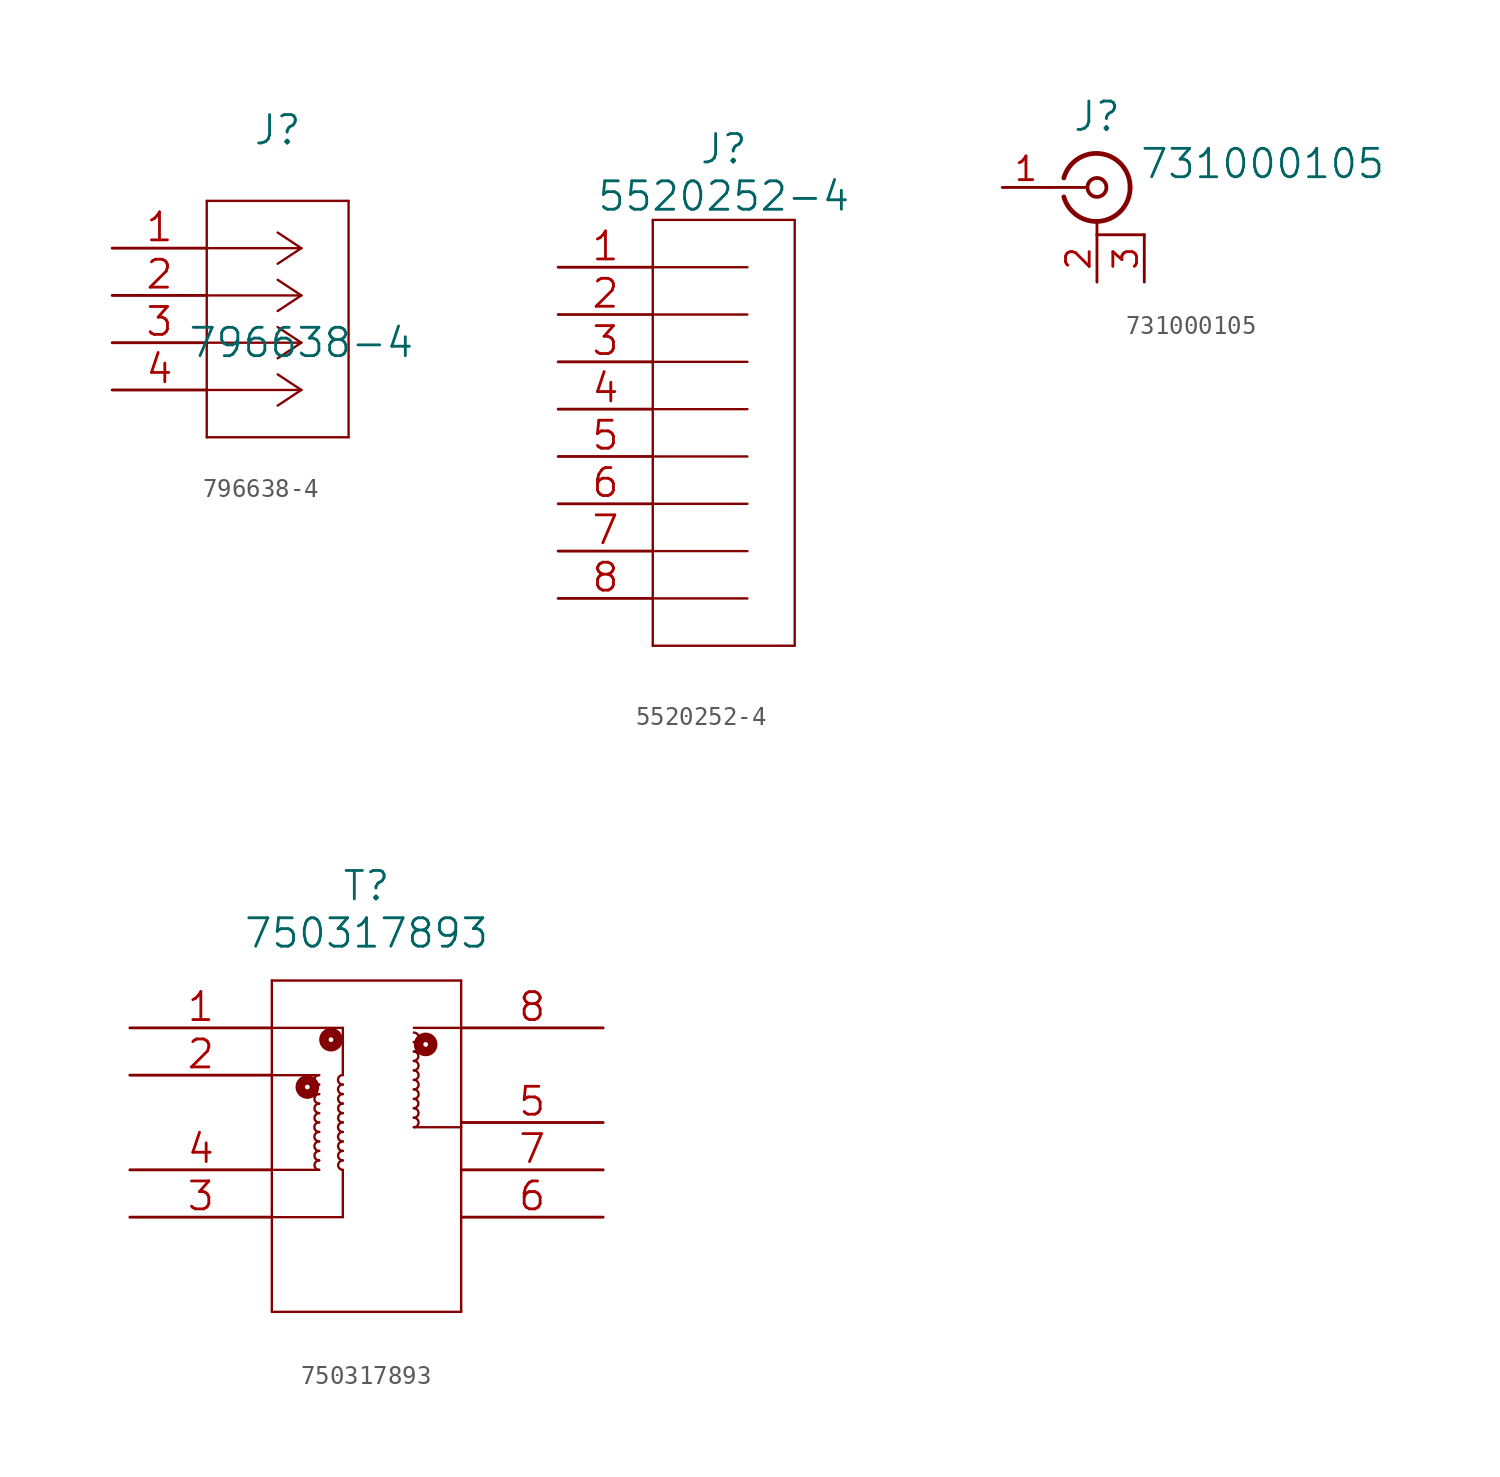
<source format=kicad_sym>
(kicad_symbol_lib
  (version 20231120)
  (generator "kicad_symbol_editor")
  (generator_version "8.0")
  (symbol "796638-4"
    (pin_names
      (offset 0.254) hide)
    (property "Reference" "J"
      (at 8.89 6.35 0)
      (effects (font (size 1.524 1.524))))
    (property "Value" "796638-4"
      (at 10.16 -5.08 0)
      (effects (font (size 1.524 1.524))))
    (property "Datasheet" ""
      (at 0 0 0)
      (effects (font (size 1.524 1.524))))
    (symbol "796638-4_1_1"
      (polyline (pts (xy 5.08 -10.16) (xy 12.7 -10.16)) (stroke (width 0.127) (type solid)) (fill (type none)))
      (polyline (pts (xy 5.08 2.54) (xy 5.08 -10.16)) (stroke (width 0.127) (type solid)) (fill (type none)))
      (polyline (pts (xy 10.16 -7.62) (xy 5.08 -7.62)) (stroke (width 0.127) (type solid)) (fill (type none)))
      (polyline (pts (xy 10.16 -7.62) (xy 8.89 -8.458)) (stroke (width 0.127) (type solid)) (fill (type none)))
      (polyline (pts (xy 10.16 -7.62) (xy 8.89 -6.782)) (stroke (width 0.127) (type solid)) (fill (type none)))
      (polyline (pts (xy 10.16 -5.08) (xy 5.08 -5.08)) (stroke (width 0.127) (type solid)) (fill (type none)))
      (polyline (pts (xy 10.16 -5.08) (xy 8.89 -5.918)) (stroke (width 0.127) (type solid)) (fill (type none)))
      (polyline (pts (xy 10.16 -5.08) (xy 8.89 -4.242)) (stroke (width 0.127) (type solid)) (fill (type none)))
      (polyline (pts (xy 10.16 -2.54) (xy 5.08 -2.54)) (stroke (width 0.127) (type solid)) (fill (type none)))
      (polyline (pts (xy 10.16 -2.54) (xy 8.89 -3.378)) (stroke (width 0.127) (type solid)) (fill (type none)))
      (polyline (pts (xy 10.16 -2.54) (xy 8.89 -1.702)) (stroke (width 0.127) (type solid)) (fill (type none)))
      (polyline (pts (xy 10.16 0) (xy 5.08 0)) (stroke (width 0.127) (type solid)) (fill (type none)))
      (polyline (pts (xy 10.16 0) (xy 8.89 -0.838)) (stroke (width 0.127) (type solid)) (fill (type none)))
      (polyline (pts (xy 10.16 0) (xy 8.89 0.838)) (stroke (width 0.127) (type solid)) (fill (type none)))
      (polyline (pts (xy 12.7 -10.16) (xy 12.7 2.54)) (stroke (width 0.127) (type solid)) (fill (type none)))
      (polyline (pts (xy 12.7 2.54) (xy 5.08 2.54)) (stroke (width 0.127) (type solid)) (fill (type none)))
      (pin unspecified line (at 0 0 0) (length 5.08) (name "1" (effects (font (size 1.499 1.499)))) (number "1" (effects (font (size 1.499 1.499)))))
      (pin unspecified line (at 0 -2.54 0) (length 5.08) (name "2" (effects (font (size 1.499 1.499)))) (number "2" (effects (font (size 1.499 1.499)))))
      (pin unspecified line (at 0 -5.08 0) (length 5.08) (name "3" (effects (font (size 1.499 1.499)))) (number "3" (effects (font (size 1.499 1.499)))))
      (pin unspecified line (at 0 -7.62 0) (length 5.08) (name "4" (effects (font (size 1.499 1.499)))) (number "4" (effects (font (size 1.499 1.499)))))))
  (symbol "5520252-4"
    (pin_names
      (offset 0.254) hide)
    (property "Reference" "J"
      (at 8.89 6.35 0)
      (effects (font (size 1.524 1.524))))
    (property "Value" "5520252-4"
      (at 8.89 3.81 0)
      (effects (font (size 1.524 1.524))))
    (property "Datasheet" ""
      (at 0 0 0)
      (effects (font (size 1.524 1.524))))
    (symbol "5520252-4_1_1"
      (polyline (pts (xy 5.08 -20.32) (xy 12.7 -20.32)) (stroke (width 0.127) (type default)) (fill (type none)))
      (polyline (pts (xy 5.08 2.54) (xy 5.08 -20.32)) (stroke (width 0.127) (type default)) (fill (type none)))
      (polyline (pts (xy 10.16 -17.78) (xy 5.08 -17.78)) (stroke (width 0.127) (type default)) (fill (type none)))
      (polyline (pts (xy 10.16 -15.24) (xy 5.08 -15.24)) (stroke (width 0.127) (type default)) (fill (type none)))
      (polyline (pts (xy 10.16 -12.7) (xy 5.08 -12.7)) (stroke (width 0.127) (type default)) (fill (type none)))
      (polyline (pts (xy 10.16 -10.16) (xy 5.08 -10.16)) (stroke (width 0.127) (type default)) (fill (type none)))
      (polyline (pts (xy 10.16 -7.62) (xy 5.08 -7.62)) (stroke (width 0.127) (type default)) (fill (type none)))
      (polyline (pts (xy 10.16 -5.08) (xy 5.08 -5.08)) (stroke (width 0.127) (type default)) (fill (type none)))
      (polyline (pts (xy 10.16 -2.54) (xy 5.08 -2.54)) (stroke (width 0.127) (type default)) (fill (type none)))
      (polyline (pts (xy 10.16 0) (xy 5.08 0)) (stroke (width 0.127) (type default)) (fill (type none)))
      (polyline (pts (xy 12.7 -20.32) (xy 12.7 2.54)) (stroke (width 0.127) (type default)) (fill (type none)))
      (polyline (pts (xy 12.7 2.54) (xy 5.08 2.54)) (stroke (width 0.127) (type default)) (fill (type none)))
      (pin unspecified line (at 0 0 0) (length 5.08) (name "1" (effects (font (size 1.499 1.499)))) (number "1" (effects (font (size 1.499 1.499)))))
      (pin unspecified line (at 0 -2.54 0) (length 5.08) (name "2" (effects (font (size 1.499 1.499)))) (number "2" (effects (font (size 1.499 1.499)))))
      (pin unspecified line (at 0 -5.08 0) (length 5.08) (name "3" (effects (font (size 1.499 1.499)))) (number "3" (effects (font (size 1.499 1.499)))))
      (pin unspecified line (at 0 -7.62 0) (length 5.08) (name "4" (effects (font (size 1.499 1.499)))) (number "4" (effects (font (size 1.499 1.499)))))
      (pin unspecified line (at 0 -10.16 0) (length 5.08) (name "5" (effects (font (size 1.499 1.499)))) (number "5" (effects (font (size 1.499 1.499)))))
      (pin unspecified line (at 0 -12.7 0) (length 5.08) (name "6" (effects (font (size 1.499 1.499)))) (number "6" (effects (font (size 1.499 1.499)))))
      (pin unspecified line (at 0 -15.24 0) (length 5.08) (name "7" (effects (font (size 1.499 1.499)))) (number "7" (effects (font (size 1.499 1.499)))))
      (pin unspecified line (at 0 -17.78 0) (length 5.08) (name "8" (effects (font (size 1.499 1.499)))) (number "8" (effects (font (size 1.499 1.499)))))))
  (symbol "731000105"
    (pin_names
      (offset 0.254) hide)
    (property "Reference" "J"
      (at 0 3.81 0)
      (effects (font (size 1.524 1.524))))
    (property "Value" "731000105"
      (at 8.89 1.27 0)
      (effects (font (size 1.524 1.524))))
    (property "Datasheet" ""
      (at 6.35 0 0)
      (effects (font (size 1.524 1.524))))
    (symbol "731000105_0_1"
      (arc (start -1.778 -0.508) (mid 0.2311 -1.8066) (end 1.778 0) (stroke (width 0.254) (type default)) (fill (type none)))
      (polyline (pts (xy -2.54 0) (xy -0.508 0)) (stroke (width 0) (type default)) (fill (type none)))
      (polyline (pts (xy 0 -2.54) (xy 0 -1.778)) (stroke (width 0) (type default)) (fill (type none)))
      (polyline (pts (xy 2.54 -2.54) (xy 0 -2.54)) (stroke (width 0) (type default)) (fill (type none)))
      (circle (center 0 0) (radius 0.508) (stroke (width 0.203) (type default)) (fill (type none)))
      (arc (start 1.778 0) (mid 0.2099 1.8101) (end -1.778 0.508) (stroke (width 0.254) (type default)) (fill (type none))))
    (symbol "731000105_1_1"
      (pin passive line (at -5.08 0 0) (length 2.54) (name "In" (effects (font (size 1.27 1.27)))) (number "1" (effects (font (size 1.27 1.27)))))
      (pin passive line (at 0 -5.08 90) (length 2.54) (name "Ext" (effects (font (size 1.27 1.27)))) (number "2" (effects (font (size 1.27 1.27)))))
      (pin passive line (at 2.54 -5.08 90) (length 2.54) (name "Ext" (effects (font (size 1.27 1.27)))) (number "3" (effects (font (size 1.27 1.27)))))))
  (symbol "750317893"
    (pin_names
      (offset 0.254) hide)
    (property "Reference" "T"
      (at 12.7 7.62 0)
      (effects (font (size 1.524 1.524))))
    (property "Value" "750317893"
      (at 12.7 5.08 0)
      (effects (font (size 1.524 1.524))))
    (property "Datasheet" ""
      (at 0 0 0)
      (effects (font (size 1.524 1.524))))
    (symbol "750317893_1_1"
      (polyline (pts (xy 7.62 -15.24) (xy 17.78 -15.24)) (stroke (width 0.127) (type solid)) (fill (type none)))
      (polyline (pts (xy 7.62 -2.54) (xy 10.16 -2.54)) (stroke (width 0.127) (type solid)) (fill (type none)))
      (polyline (pts (xy 7.62 0) (xy 11.43 0)) (stroke (width 0.127) (type solid)) (fill (type none)))
      (polyline (pts (xy 7.62 2.54) (xy 7.62 -15.24)) (stroke (width 0.127) (type solid)) (fill (type none)))
      (polyline (pts (xy 10.16 -7.62) (xy 7.62 -7.62)) (stroke (width 0.127) (type solid)) (fill (type none)))
      (polyline (pts (xy 11.43 -10.16) (xy 7.62 -10.16)) (stroke (width 0.127) (type solid)) (fill (type none)))
      (polyline (pts (xy 11.43 -10.16) (xy 11.43 -7.62)) (stroke (width 0.127) (type solid)) (fill (type none)))
      (polyline (pts (xy 11.43 -2.54) (xy 11.43 0)) (stroke (width 0.127) (type solid)) (fill (type none)))
      (polyline (pts (xy 15.24 0) (xy 17.78 0)) (stroke (width 0.127) (type solid)) (fill (type none)))
      (polyline (pts (xy 17.78 -15.24) (xy 17.78 2.54)) (stroke (width 0.127) (type solid)) (fill (type none)))
      (polyline (pts (xy 17.78 2.54) (xy 7.62 2.54)) (stroke (width 0.127) (type solid)) (fill (type none)))
      (polyline (pts (xy 17.781 -5.334) (xy 15.241 -5.334)) (stroke (width 0.127) (type solid)) (fill (type none)))
      (circle (center 9.525 -3.175) (radius 0.127) (stroke (width 0.508) (type solid)) (fill (type none)))
      (arc (start 10.16 -7.112) (mid 9.9071 -7.366) (end 10.16 -7.62) (stroke (width 0.127) (type solid)) (fill (type none)))
      (arc (start 10.16 -6.604) (mid 9.9071 -6.858) (end 10.16 -7.112) (stroke (width 0.127) (type solid)) (fill (type none)))
      (arc (start 10.16 -6.096) (mid 9.9071 -6.35) (end 10.16 -6.604) (stroke (width 0.127) (type solid)) (fill (type none)))
      (arc (start 10.16 -5.588) (mid 9.9071 -5.842) (end 10.16 -6.096) (stroke (width 0.127) (type solid)) (fill (type none)))
      (arc (start 10.16 -5.08) (mid 9.9071 -5.334) (end 10.16 -5.588) (stroke (width 0.127) (type solid)) (fill (type none)))
      (arc (start 10.16 -4.572) (mid 9.9071 -4.826) (end 10.16 -5.08) (stroke (width 0.127) (type solid)) (fill (type none)))
      (arc (start 10.16 -4.064) (mid 9.9071 -4.318) (end 10.16 -4.572) (stroke (width 0.127) (type solid)) (fill (type none)))
      (arc (start 10.16 -3.556) (mid 9.9071 -3.81) (end 10.16 -4.064) (stroke (width 0.127) (type solid)) (fill (type none)))
      (arc (start 10.16 -3.048) (mid 9.9071 -3.302) (end 10.16 -3.556) (stroke (width 0.127) (type solid)) (fill (type none)))
      (arc (start 10.16 -2.54) (mid 9.9071 -2.794) (end 10.16 -3.048) (stroke (width 0.127) (type solid)) (fill (type none)))
      (circle (center 10.795 -0.635) (radius 0.127) (stroke (width 0.508) (type solid)) (fill (type none)))
      (arc (start 11.43 -7.112) (mid 11.1771 -7.366) (end 11.43 -7.62) (stroke (width 0.127) (type solid)) (fill (type none)))
      (arc (start 11.43 -6.604) (mid 11.1771 -6.858) (end 11.43 -7.112) (stroke (width 0.127) (type solid)) (fill (type none)))
      (arc (start 11.43 -6.096) (mid 11.1771 -6.35) (end 11.43 -6.604) (stroke (width 0.127) (type solid)) (fill (type none)))
      (arc (start 11.43 -5.588) (mid 11.1771 -5.842) (end 11.43 -6.096) (stroke (width 0.127) (type solid)) (fill (type none)))
      (arc (start 11.43 -5.08) (mid 11.1771 -5.334) (end 11.43 -5.588) (stroke (width 0.127) (type solid)) (fill (type none)))
      (arc (start 11.43 -4.572) (mid 11.1771 -4.826) (end 11.43 -5.08) (stroke (width 0.127) (type solid)) (fill (type none)))
      (arc (start 11.43 -4.064) (mid 11.1771 -4.318) (end 11.43 -4.572) (stroke (width 0.127) (type solid)) (fill (type none)))
      (arc (start 11.43 -3.556) (mid 11.1771 -3.81) (end 11.43 -4.064) (stroke (width 0.127) (type solid)) (fill (type none)))
      (arc (start 11.43 -3.048) (mid 11.1771 -3.302) (end 11.43 -3.556) (stroke (width 0.127) (type solid)) (fill (type none)))
      (arc (start 11.43 -2.54) (mid 11.1771 -2.794) (end 11.43 -3.048) (stroke (width 0.127) (type solid)) (fill (type none)))
      (arc (start 15.2411 -5.334) (mid 15.494 -5.08) (end 15.2411 -4.826) (stroke (width 0.127) (type solid)) (fill (type none)))
      (arc (start 15.2411 -4.826) (mid 15.494 -4.572) (end 15.2411 -4.318) (stroke (width 0.127) (type solid)) (fill (type none)))
      (arc (start 15.2411 -4.318) (mid 15.494 -4.064) (end 15.2411 -3.81) (stroke (width 0.127) (type solid)) (fill (type none)))
      (arc (start 15.2411 -3.81) (mid 15.494 -3.556) (end 15.2411 -3.302) (stroke (width 0.127) (type solid)) (fill (type none)))
      (arc (start 15.2411 -3.302) (mid 15.494 -3.048) (end 15.2411 -2.794) (stroke (width 0.127) (type solid)) (fill (type none)))
      (arc (start 15.2411 -2.794) (mid 15.494 -2.54) (end 15.2411 -2.286) (stroke (width 0.127) (type solid)) (fill (type none)))
      (arc (start 15.2411 -2.286) (mid 15.494 -2.032) (end 15.2411 -1.778) (stroke (width 0.127) (type solid)) (fill (type none)))
      (arc (start 15.2411 -1.778) (mid 15.494 -1.524) (end 15.2411 -1.27) (stroke (width 0.127) (type solid)) (fill (type none)))
      (arc (start 15.2411 -1.27) (mid 15.494 -1.016) (end 15.2411 -0.762) (stroke (width 0.127) (type solid)) (fill (type none)))
      (arc (start 15.2411 -0.762) (mid 15.494 -0.508) (end 15.2411 -0.254) (stroke (width 0.127) (type solid)) (fill (type none)))
      (circle (center 15.876 -0.889) (radius 0.127) (stroke (width 0.508) (type solid)) (fill (type none)))
      (pin unspecified line (at 0 0 0) (length 7.62) (name "1" (effects (font (size 1.499 1.499)))) (number "1" (effects (font (size 1.499 1.499)))))
      (pin unspecified line (at 0 -2.54 0) (length 7.62) (name "2" (effects (font (size 1.499 1.499)))) (number "2" (effects (font (size 1.499 1.499)))))
      (pin unspecified line (at 0 -10.16 0) (length 7.62) (name "3" (effects (font (size 1.499 1.499)))) (number "3" (effects (font (size 1.499 1.499)))))
      (pin unspecified line (at 0 -7.62 0) (length 7.62) (name "4" (effects (font (size 1.499 1.499)))) (number "4" (effects (font (size 1.499 1.499)))))
      (pin unspecified line (at 25.4 -5.08 180) (length 7.62) (name "5" (effects (font (size 1.499 1.499)))) (number "5" (effects (font (size 1.499 1.499)))))
      (pin unspecified line (at 25.4 -10.16 180) (length 7.62) (name "6" (effects (font (size 1.499 1.499)))) (number "6" (effects (font (size 1.499 1.499)))))
      (pin unspecified line (at 25.4 -7.62 180) (length 7.62) (name "7" (effects (font (size 1.499 1.499)))) (number "7" (effects (font (size 1.499 1.499)))))
      (pin unspecified line (at 25.4 0 180) (length 7.62) (name "8" (effects (font (size 1.499 1.499)))) (number "8" (effects (font (size 1.499 1.499))))))))
</source>
